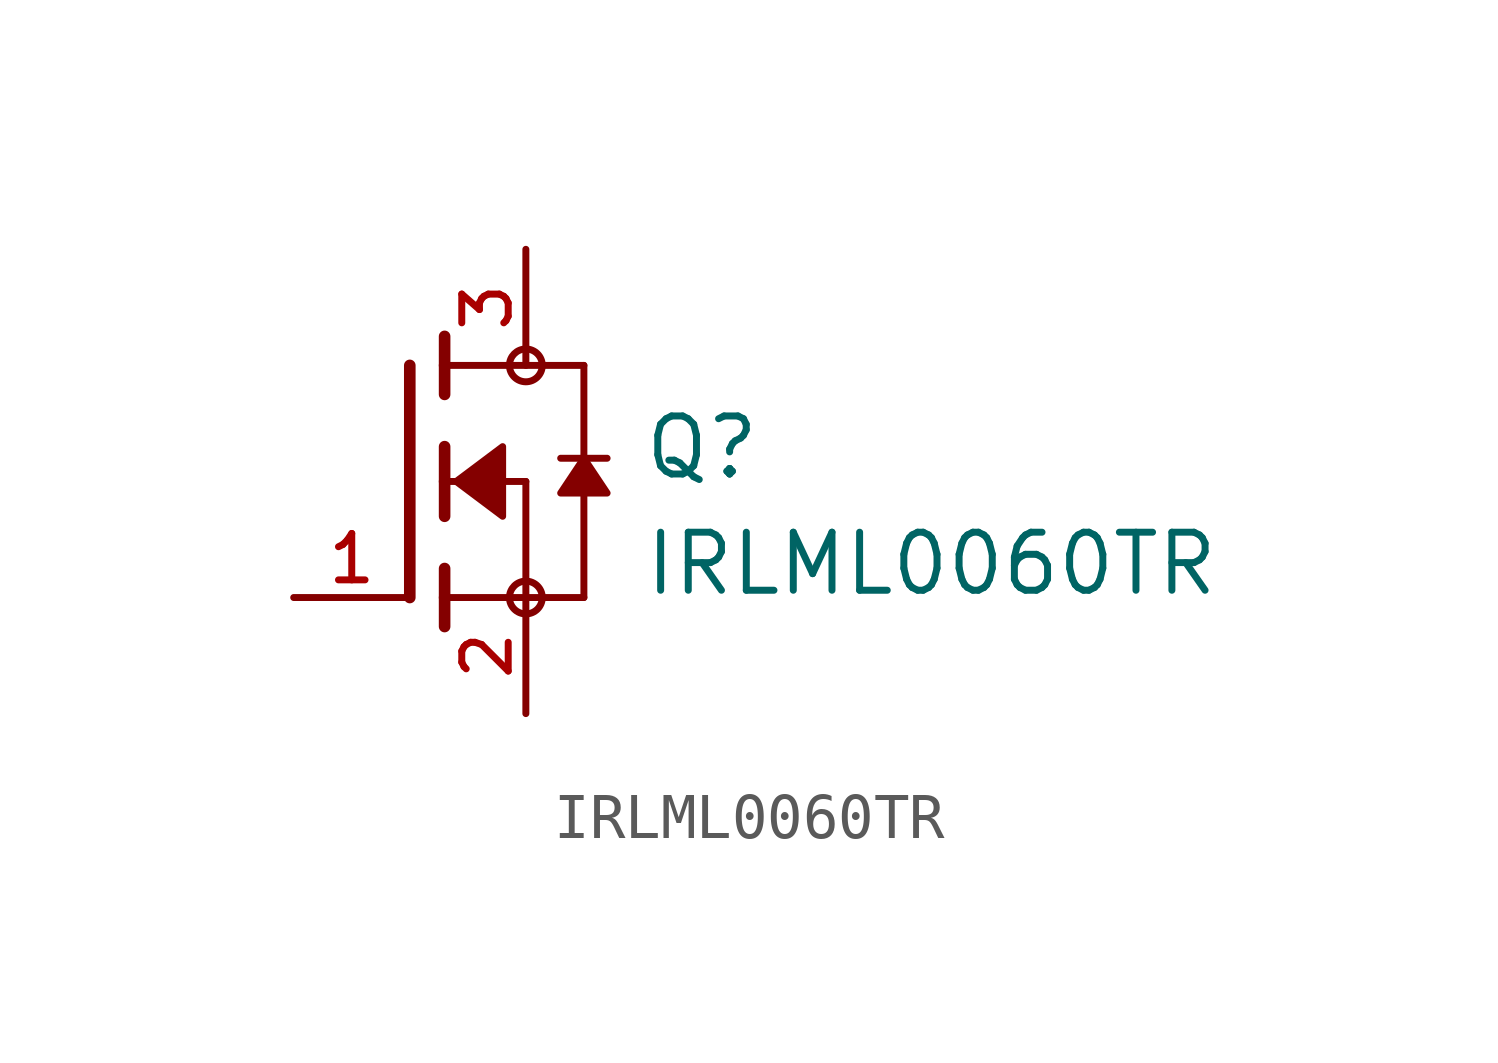
<source format=kicad_sym>
(kicad_symbol_lib
  (version 20211014)
  (generator kicad_symbol_editor)
  (symbol "IRLML0060TR"
    (pin_names
      (offset 1.016))
    (property "Reference" "Q"
      (at 5.085 0.0 0)
      (effects (font (size 1.27 1.27)) (justify bottom left)))
    (property "Value" "IRLML0060TR"
      (at 5.087 -2.544 0)
      (effects (font (size 1.27 1.27)) (justify bottom left)))
    (symbol "IRLML0060TR_0_0"
      (polyline (pts (xy 0.762 0.762) (xy 0.762 0.0)) (stroke (width 0.254)))
      (polyline (pts (xy 0.762 0.0) (xy 0.762 -0.762)) (stroke (width 0.254)))
      (polyline (pts (xy 0.762 3.175) (xy 0.762 2.54)) (stroke (width 0.254)))
      (polyline (pts (xy 0.762 2.54) (xy 0.762 1.905)) (stroke (width 0.254)))
      (polyline (pts (xy 0.762 0.0) (xy 2.54 0.0)) (stroke (width 0.152)))
      (polyline (pts (xy 2.54 0.0) (xy 2.54 -2.54)) (stroke (width 0.152)))
      (polyline (pts (xy 0.762 -1.905) (xy 0.762 -2.54)) (stroke (width 0.254)))
      (polyline (pts (xy 0.762 -2.54) (xy 0.762 -3.175)) (stroke (width 0.254)))
      (polyline (pts (xy 0.0 2.54) (xy 0.0 -2.54)) (stroke (width 0.254)))
      (polyline (pts (xy 2.54 -2.54) (xy 0.762 -2.54)) (stroke (width 0.152)))
      (polyline (pts (xy 3.81 2.54) (xy 3.81 0.508)) (stroke (width 0.152)))
      (polyline (pts (xy 3.81 0.508) (xy 3.81 -2.54)) (stroke (width 0.152)))
      (polyline (pts (xy 2.54 -2.54) (xy 3.81 -2.54)) (stroke (width 0.152)))
      (polyline (pts (xy 0.762 2.54) (xy 3.81 2.54)) (stroke (width 0.152)))
      (polyline (pts (xy 4.318 0.508) (xy 3.81 0.508)) (stroke (width 0.152)))
      (polyline (pts (xy 3.81 0.508) (xy 3.302 0.508)) (stroke (width 0.152)))
      (circle (center 2.54 -2.54) (radius 0.359) (stroke (width 0.0)) (fill (type none)))
      (circle (center 2.54 2.54) (radius 0.359) (stroke (width 0.0)) (fill (type none)))
      (polyline (pts (xy 3.81 0.508) (xy 3.302 -0.254) (xy 4.318 -0.254) (xy 3.81 0.508)) (stroke (width 0.152)) (fill (type outline)))
      (polyline (pts (xy 1.016 0.0) (xy 2.032 0.762) (xy 2.032 -0.762) (xy 1.016 0.0)) (stroke (width 0.152)) (fill (type outline)))
      (pin passive line (at 2.54 -5.08 90.0) (length 2.54) (name "~" (effects (font (size 1.016 1.016)))) (number "2" (effects (font (size 1.016 1.016)))))
      (pin passive line (at -2.54 -2.54 0) (length 2.54) (name "~" (effects (font (size 1.016 1.016)))) (number "1" (effects (font (size 1.016 1.016)))))
      (pin passive line (at 2.54 5.08 270.0) (length 2.54) (name "~" (effects (font (size 1.016 1.016)))) (number "3" (effects (font (size 1.016 1.016))))))))
</source>
